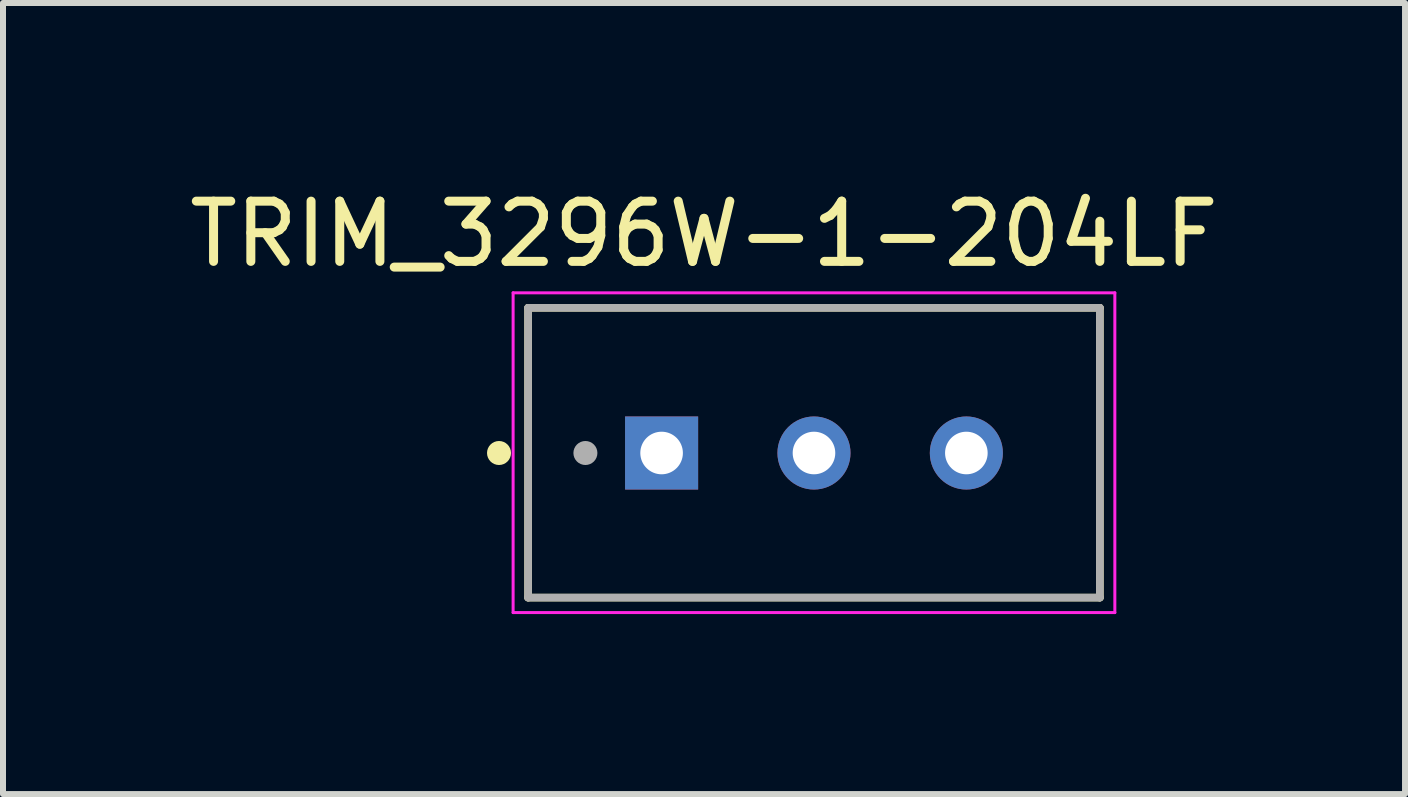
<source format=kicad_pcb>
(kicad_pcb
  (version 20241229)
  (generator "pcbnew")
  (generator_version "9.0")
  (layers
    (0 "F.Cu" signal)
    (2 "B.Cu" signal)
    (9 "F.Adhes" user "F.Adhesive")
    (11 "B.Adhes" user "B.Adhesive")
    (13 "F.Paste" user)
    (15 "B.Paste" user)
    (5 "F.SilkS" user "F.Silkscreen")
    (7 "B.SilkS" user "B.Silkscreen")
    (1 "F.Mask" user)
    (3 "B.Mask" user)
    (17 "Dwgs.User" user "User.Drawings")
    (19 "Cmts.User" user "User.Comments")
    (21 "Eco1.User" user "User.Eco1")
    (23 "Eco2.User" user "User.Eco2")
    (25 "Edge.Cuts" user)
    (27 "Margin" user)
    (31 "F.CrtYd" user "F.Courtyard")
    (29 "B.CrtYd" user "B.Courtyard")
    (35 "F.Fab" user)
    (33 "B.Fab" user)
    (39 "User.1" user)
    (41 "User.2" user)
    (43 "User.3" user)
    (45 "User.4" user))
  (footprint "TRIM_3296W-1-204LF"
    (layer "F.Cu")
    (at 10.518 4.501)
    (property "Reference" "TRIM_3296W-1-204LF" (at -1.833 -3.651 0) (layer "F.SilkS") (effects (font (size 1.004 1.004) (thickness 0.15))))
    (attr through_hole)
    (fp_line (start -4.765 -2.42) (end 4.765 -2.42) (stroke (width 0.127) (type solid)) (layer "F.SilkS"))
    (fp_line (start -4.765 2.41) (end -4.765 -2.42) (stroke (width 0.127) (type solid)) (layer "F.SilkS"))
    (fp_line (start 4.765 -2.42) (end 4.765 2.41) (stroke (width 0.127) (type solid)) (layer "F.SilkS"))
    (fp_line (start 4.765 2.41) (end -4.765 2.41) (stroke (width 0.127) (type solid)) (layer "F.SilkS"))
    (fp_circle (center -5.25 0) (end -5.15 0) (stroke (width 0.2) (type solid)) (fill no) (layer "F.SilkS"))
    (fp_line (start -5.015 -2.67) (end 5.015 -2.67) (stroke (width 0.05) (type solid)) (layer "F.CrtYd"))
    (fp_line (start -5.015 2.66) (end -5.015 -2.67) (stroke (width 0.05) (type solid)) (layer "F.CrtYd"))
    (fp_line (start 5.015 -2.67) (end 5.015 2.66) (stroke (width 0.05) (type solid)) (layer "F.CrtYd"))
    (fp_line (start 5.015 2.66) (end -5.015 2.66) (stroke (width 0.05) (type solid)) (layer "F.CrtYd"))
    (fp_line (start -4.765 -2.42) (end 4.765 -2.42) (stroke (width 0.127) (type solid)) (layer "F.Fab"))
    (fp_line (start -4.765 2.41) (end -4.765 -2.42) (stroke (width 0.127) (type solid)) (layer "F.Fab"))
    (fp_line (start 4.765 -2.42) (end 4.765 2.41) (stroke (width 0.127) (type solid)) (layer "F.Fab"))
    (fp_line (start 4.765 2.41) (end -4.765 2.41) (stroke (width 0.127) (type solid)) (layer "F.Fab"))
    (fp_circle (center -3.81 0) (end -3.71 0) (stroke (width 0.2) (type solid)) (fill no) (layer "F.Fab"))
    (pad "1" thru_hole rect (at -2.54 0) (size 1.218 1.218) (drill 0.71) (layers "*.Cu" "*.Mask"))
    (pad "2" thru_hole circle (at 0 0) (size 1.218 1.218) (drill 0.71) (layers "*.Cu" "*.Mask"))
    (pad "3" thru_hole circle (at 2.54 0) (size 1.218 1.218) (drill 0.71) (layers "*.Cu" "*.Mask")))
  (gr_rect
    (start -3 -3)
    (end 20.37 10.186)
    (stroke (width 0.1) (type default))
    (fill no)
    (layer "Edge.Cuts")))
</source>
